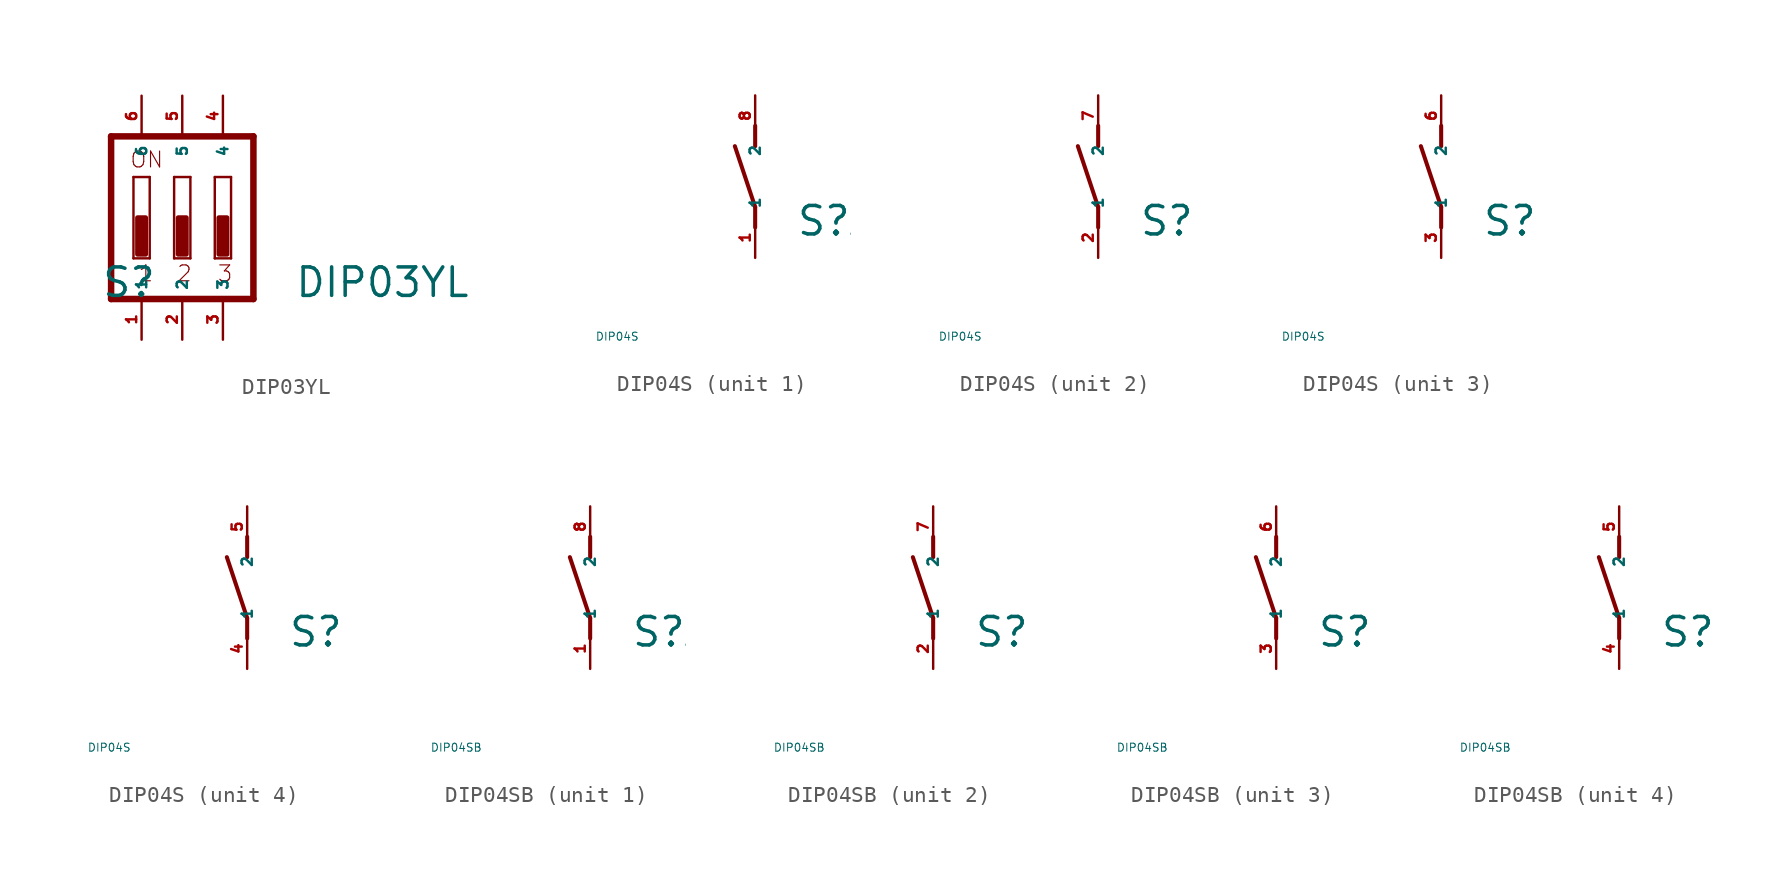
<source format=kicad_sym>
(kicad_symbol_lib
  (version 20220914)
  (generator Eagle2Kicad)
  (symbol "DIP03YL"
    (property "Reference" "S"
      (at -5.08 -5.08 0)
      (effects (font (size 1.778 1.778) (thickness 0.22)) (justify left bottom)))
    (property "Value" "DIP03YL"
      (at 6.985 -5.08 0)
      (effects (font (size 1.778 1.778) (thickness 0.22)) (justify left bottom)))
    (polyline
      (pts (xy 4.445 5.08) (xy 4.445 -5.08))
      (stroke (width 0.406) (type default))
      (fill (type none)))
    (polyline
      (pts (xy 4.445 5.08) (xy -4.445 5.08))
      (stroke (width 0.406) (type default))
      (fill (type none)))
    (polyline
      (pts (xy -4.445 5.08) (xy -4.445 -5.08))
      (stroke (width 0.406) (type default))
      (fill (type none)))
    (polyline
      (pts (xy -4.445 -5.08) (xy 4.445 -5.08))
      (stroke (width 0.406) (type default))
      (fill (type none)))
    (polyline
      (pts (xy -2.032 -2.54) (xy -3.048 -2.54))
      (stroke (width 0.152) (type default))
      (fill (type none)))
    (polyline
      (pts (xy -3.048 2.54) (xy -2.032 2.54))
      (stroke (width 0.152) (type default))
      (fill (type none)))
    (polyline
      (pts (xy -2.032 2.54) (xy -2.032 -2.54))
      (stroke (width 0.152) (type default))
      (fill (type none)))
    (polyline
      (pts (xy -3.048 -2.54) (xy -3.048 2.54))
      (stroke (width 0.152) (type default))
      (fill (type none)))
    (polyline
      (pts (xy 0.508 -2.54) (xy -0.508 -2.54))
      (stroke (width 0.152) (type default))
      (fill (type none)))
    (polyline
      (pts (xy -0.508 2.54) (xy 0.508 2.54))
      (stroke (width 0.152) (type default))
      (fill (type none)))
    (polyline
      (pts (xy 0.508 2.54) (xy 0.508 -2.54))
      (stroke (width 0.152) (type default))
      (fill (type none)))
    (polyline
      (pts (xy -0.508 -2.54) (xy -0.508 2.54))
      (stroke (width 0.152) (type default))
      (fill (type none)))
    (polyline
      (pts (xy 3.048 -2.54) (xy 2.032 -2.54))
      (stroke (width 0.152) (type default))
      (fill (type none)))
    (polyline
      (pts (xy 2.032 2.54) (xy 3.048 2.54))
      (stroke (width 0.152) (type default))
      (fill (type none)))
    (polyline
      (pts (xy 3.048 2.54) (xy 3.048 -2.54))
      (stroke (width 0.152) (type default))
      (fill (type none)))
    (polyline
      (pts (xy 2.032 -2.54) (xy 2.032 2.54))
      (stroke (width 0.152) (type default))
      (fill (type none)))
    (text "1"
      (at -2.794 -4.064 0)
      (effects (font (size 0.991 0.991) (thickness 0.07)) (justify left bottom)))
    (text "2"
      (at -0.381 -4.064 0)
      (effects (font (size 0.991 0.991) (thickness 0.07)) (justify left bottom)))
    (text "3"
      (at 2.159 -4.064 0)
      (effects (font (size 0.991 0.991) (thickness 0.07)) (justify left bottom)))
    (text "ON"
      (at -3.302 3.048 0)
      (effects (font (size 0.991 0.991) (thickness 0.07)) (justify left bottom)))
    (rectangle
      (start -2.794 -2.286)
      (end -2.286 0)
      (stroke (width 0.3) (type default))
      (fill (type outline)))
    (rectangle
      (start -0.254 -2.286)
      (end 0.254 0)
      (stroke (width 0.3) (type default))
      (fill (type outline)))
    (rectangle
      (start 2.286 -2.286)
      (end 2.794 0)
      (stroke (width 0.3) (type default))
      (fill (type outline)))
    (pin passive line
      (at 2.54 7.62 270)
      (length 2.54)
      (name "4" (effects (font (size 0.635 0.635) (thickness 0.08)) (justify left bottom)))
      (number "4" (effects (font (size 0.635 0.635) (thickness 0.08)) (justify left bottom))))
    (pin passive line
      (at 0 7.62 270)
      (length 2.54)
      (name "5" (effects (font (size 0.635 0.635) (thickness 0.08)) (justify left bottom)))
      (number "5" (effects (font (size 0.635 0.635) (thickness 0.08)) (justify left bottom))))
    (pin passive line
      (at -2.54 7.62 270)
      (length 2.54)
      (name "6" (effects (font (size 0.635 0.635) (thickness 0.08)) (justify left bottom)))
      (number "6" (effects (font (size 0.635 0.635) (thickness 0.08)) (justify left bottom))))
    (pin passive line
      (at -2.54 -7.62 90)
      (length 2.54)
      (name "1" (effects (font (size 0.635 0.635) (thickness 0.08)) (justify left bottom)))
      (number "1" (effects (font (size 0.635 0.635) (thickness 0.08)) (justify left bottom))))
    (pin passive line
      (at 0 -7.62 90)
      (length 2.54)
      (name "2" (effects (font (size 0.635 0.635) (thickness 0.08)) (justify left bottom)))
      (number "2" (effects (font (size 0.635 0.635) (thickness 0.08)) (justify left bottom))))
    (pin passive line
      (at 2.54 -7.62 90)
      (length 2.54)
      (name "3" (effects (font (size 0.635 0.635) (thickness 0.08)) (justify left bottom)))
      (number "3" (effects (font (size 0.635 0.635) (thickness 0.08)) (justify left bottom)))))
  (symbol "DIP04S"
    (property "Reference" "S"
      (at 2.54 -3.81 0)
      (effects (font (size 1.778 1.778) (thickness 0.22)) (justify left bottom)))
    (property "Value" "DIP04S"
      (at -10 -10 0)
      (effects (font (size 0.5 0.5) (thickness 0.06)) (justify left)))
    (symbol "DIP04S_1_0"
      (polyline (pts (xy 0 -3.175) (xy 0 -1.905)) (stroke (width 0.254) (type default)) (fill (type none)))
      (polyline (pts (xy 0 -1.905) (xy -1.27 1.905)) (stroke (width 0.254) (type default)) (fill (type none)))
      (polyline (pts (xy 0 1.905) (xy 0 3.175)) (stroke (width 0.254) (type default)) (fill (type none)))
      (pin passive line (at 0 -5.08 90) (length 2.54) (name "1" (effects (font (size 0.635 0.635) (thickness 0.08)) (justify left bottom))) (number "1" (effects (font (size 0.635 0.635) (thickness 0.08)) (justify left bottom))))
      (pin passive line (at 0 5.08 270) (length 2.54) (name "2" (effects (font (size 0.635 0.635) (thickness 0.08)) (justify left bottom))) (number "8" (effects (font (size 0.635 0.635) (thickness 0.08)) (justify left bottom)))))
    (symbol "DIP04S_2_0"
      (polyline (pts (xy 0 -3.175) (xy 0 -1.905)) (stroke (width 0.254) (type default)) (fill (type none)))
      (polyline (pts (xy 0 -1.905) (xy -1.27 1.905)) (stroke (width 0.254) (type default)) (fill (type none)))
      (polyline (pts (xy 0 1.905) (xy 0 3.175)) (stroke (width 0.254) (type default)) (fill (type none)))
      (pin passive line (at 0 -5.08 90) (length 2.54) (name "1" (effects (font (size 0.635 0.635) (thickness 0.08)) (justify left bottom))) (number "2" (effects (font (size 0.635 0.635) (thickness 0.08)) (justify left bottom))))
      (pin passive line (at 0 5.08 270) (length 2.54) (name "2" (effects (font (size 0.635 0.635) (thickness 0.08)) (justify left bottom))) (number "7" (effects (font (size 0.635 0.635) (thickness 0.08)) (justify left bottom)))))
    (symbol "DIP04S_3_0"
      (polyline (pts (xy 0 -3.175) (xy 0 -1.905)) (stroke (width 0.254) (type default)) (fill (type none)))
      (polyline (pts (xy 0 -1.905) (xy -1.27 1.905)) (stroke (width 0.254) (type default)) (fill (type none)))
      (polyline (pts (xy 0 1.905) (xy 0 3.175)) (stroke (width 0.254) (type default)) (fill (type none)))
      (pin passive line (at 0 -5.08 90) (length 2.54) (name "1" (effects (font (size 0.635 0.635) (thickness 0.08)) (justify left bottom))) (number "3" (effects (font (size 0.635 0.635) (thickness 0.08)) (justify left bottom))))
      (pin passive line (at 0 5.08 270) (length 2.54) (name "2" (effects (font (size 0.635 0.635) (thickness 0.08)) (justify left bottom))) (number "6" (effects (font (size 0.635 0.635) (thickness 0.08)) (justify left bottom)))))
    (symbol "DIP04S_4_0"
      (polyline (pts (xy 0 -3.175) (xy 0 -1.905)) (stroke (width 0.254) (type default)) (fill (type none)))
      (polyline (pts (xy 0 -1.905) (xy -1.27 1.905)) (stroke (width 0.254) (type default)) (fill (type none)))
      (polyline (pts (xy 0 1.905) (xy 0 3.175)) (stroke (width 0.254) (type default)) (fill (type none)))
      (pin passive line (at 0 -5.08 90) (length 2.54) (name "1" (effects (font (size 0.635 0.635) (thickness 0.08)) (justify left bottom))) (number "4" (effects (font (size 0.635 0.635) (thickness 0.08)) (justify left bottom))))
      (pin passive line (at 0 5.08 270) (length 2.54) (name "2" (effects (font (size 0.635 0.635) (thickness 0.08)) (justify left bottom))) (number "5" (effects (font (size 0.635 0.635) (thickness 0.08)) (justify left bottom))))))
  (symbol "DIP04SB"
    (property "Reference" "S"
      (at 2.54 -3.81 0)
      (effects (font (size 1.778 1.778) (thickness 0.22)) (justify left bottom)))
    (property "Value" "DIP04SB"
      (at -10 -10 0)
      (effects (font (size 0.5 0.5) (thickness 0.06)) (justify left)))
    (symbol "DIP04SB_1_0"
      (polyline (pts (xy 0 -3.175) (xy 0 -1.905)) (stroke (width 0.254) (type default)) (fill (type none)))
      (polyline (pts (xy 0 -1.905) (xy -1.27 1.905)) (stroke (width 0.254) (type default)) (fill (type none)))
      (polyline (pts (xy 0 1.905) (xy 0 3.175)) (stroke (width 0.254) (type default)) (fill (type none)))
      (pin passive line (at 0 -5.08 90) (length 2.54) (name "1" (effects (font (size 0.635 0.635) (thickness 0.08)) (justify left bottom))) (number "1" (effects (font (size 0.635 0.635) (thickness 0.08)) (justify left bottom))))
      (pin passive line (at 0 5.08 270) (length 2.54) (name "2" (effects (font (size 0.635 0.635) (thickness 0.08)) (justify left bottom))) (number "8" (effects (font (size 0.635 0.635) (thickness 0.08)) (justify left bottom)))))
    (symbol "DIP04SB_2_0"
      (polyline (pts (xy 0 -3.175) (xy 0 -1.905)) (stroke (width 0.254) (type default)) (fill (type none)))
      (polyline (pts (xy 0 -1.905) (xy -1.27 1.905)) (stroke (width 0.254) (type default)) (fill (type none)))
      (polyline (pts (xy 0 1.905) (xy 0 3.175)) (stroke (width 0.254) (type default)) (fill (type none)))
      (pin passive line (at 0 -5.08 90) (length 2.54) (name "1" (effects (font (size 0.635 0.635) (thickness 0.08)) (justify left bottom))) (number "2" (effects (font (size 0.635 0.635) (thickness 0.08)) (justify left bottom))))
      (pin passive line (at 0 5.08 270) (length 2.54) (name "2" (effects (font (size 0.635 0.635) (thickness 0.08)) (justify left bottom))) (number "7" (effects (font (size 0.635 0.635) (thickness 0.08)) (justify left bottom)))))
    (symbol "DIP04SB_3_0"
      (polyline (pts (xy 0 -3.175) (xy 0 -1.905)) (stroke (width 0.254) (type default)) (fill (type none)))
      (polyline (pts (xy 0 -1.905) (xy -1.27 1.905)) (stroke (width 0.254) (type default)) (fill (type none)))
      (polyline (pts (xy 0 1.905) (xy 0 3.175)) (stroke (width 0.254) (type default)) (fill (type none)))
      (pin passive line (at 0 -5.08 90) (length 2.54) (name "1" (effects (font (size 0.635 0.635) (thickness 0.08)) (justify left bottom))) (number "3" (effects (font (size 0.635 0.635) (thickness 0.08)) (justify left bottom))))
      (pin passive line (at 0 5.08 270) (length 2.54) (name "2" (effects (font (size 0.635 0.635) (thickness 0.08)) (justify left bottom))) (number "6" (effects (font (size 0.635 0.635) (thickness 0.08)) (justify left bottom)))))
    (symbol "DIP04SB_4_0"
      (polyline (pts (xy 0 -3.175) (xy 0 -1.905)) (stroke (width 0.254) (type default)) (fill (type none)))
      (polyline (pts (xy 0 -1.905) (xy -1.27 1.905)) (stroke (width 0.254) (type default)) (fill (type none)))
      (polyline (pts (xy 0 1.905) (xy 0 3.175)) (stroke (width 0.254) (type default)) (fill (type none)))
      (pin passive line (at 0 -5.08 90) (length 2.54) (name "1" (effects (font (size 0.635 0.635) (thickness 0.08)) (justify left bottom))) (number "4" (effects (font (size 0.635 0.635) (thickness 0.08)) (justify left bottom))))
      (pin passive line (at 0 5.08 270) (length 2.54) (name "2" (effects (font (size 0.635 0.635) (thickness 0.08)) (justify left bottom))) (number "5" (effects (font (size 0.635 0.635) (thickness 0.08)) (justify left bottom)))))))
</source>
